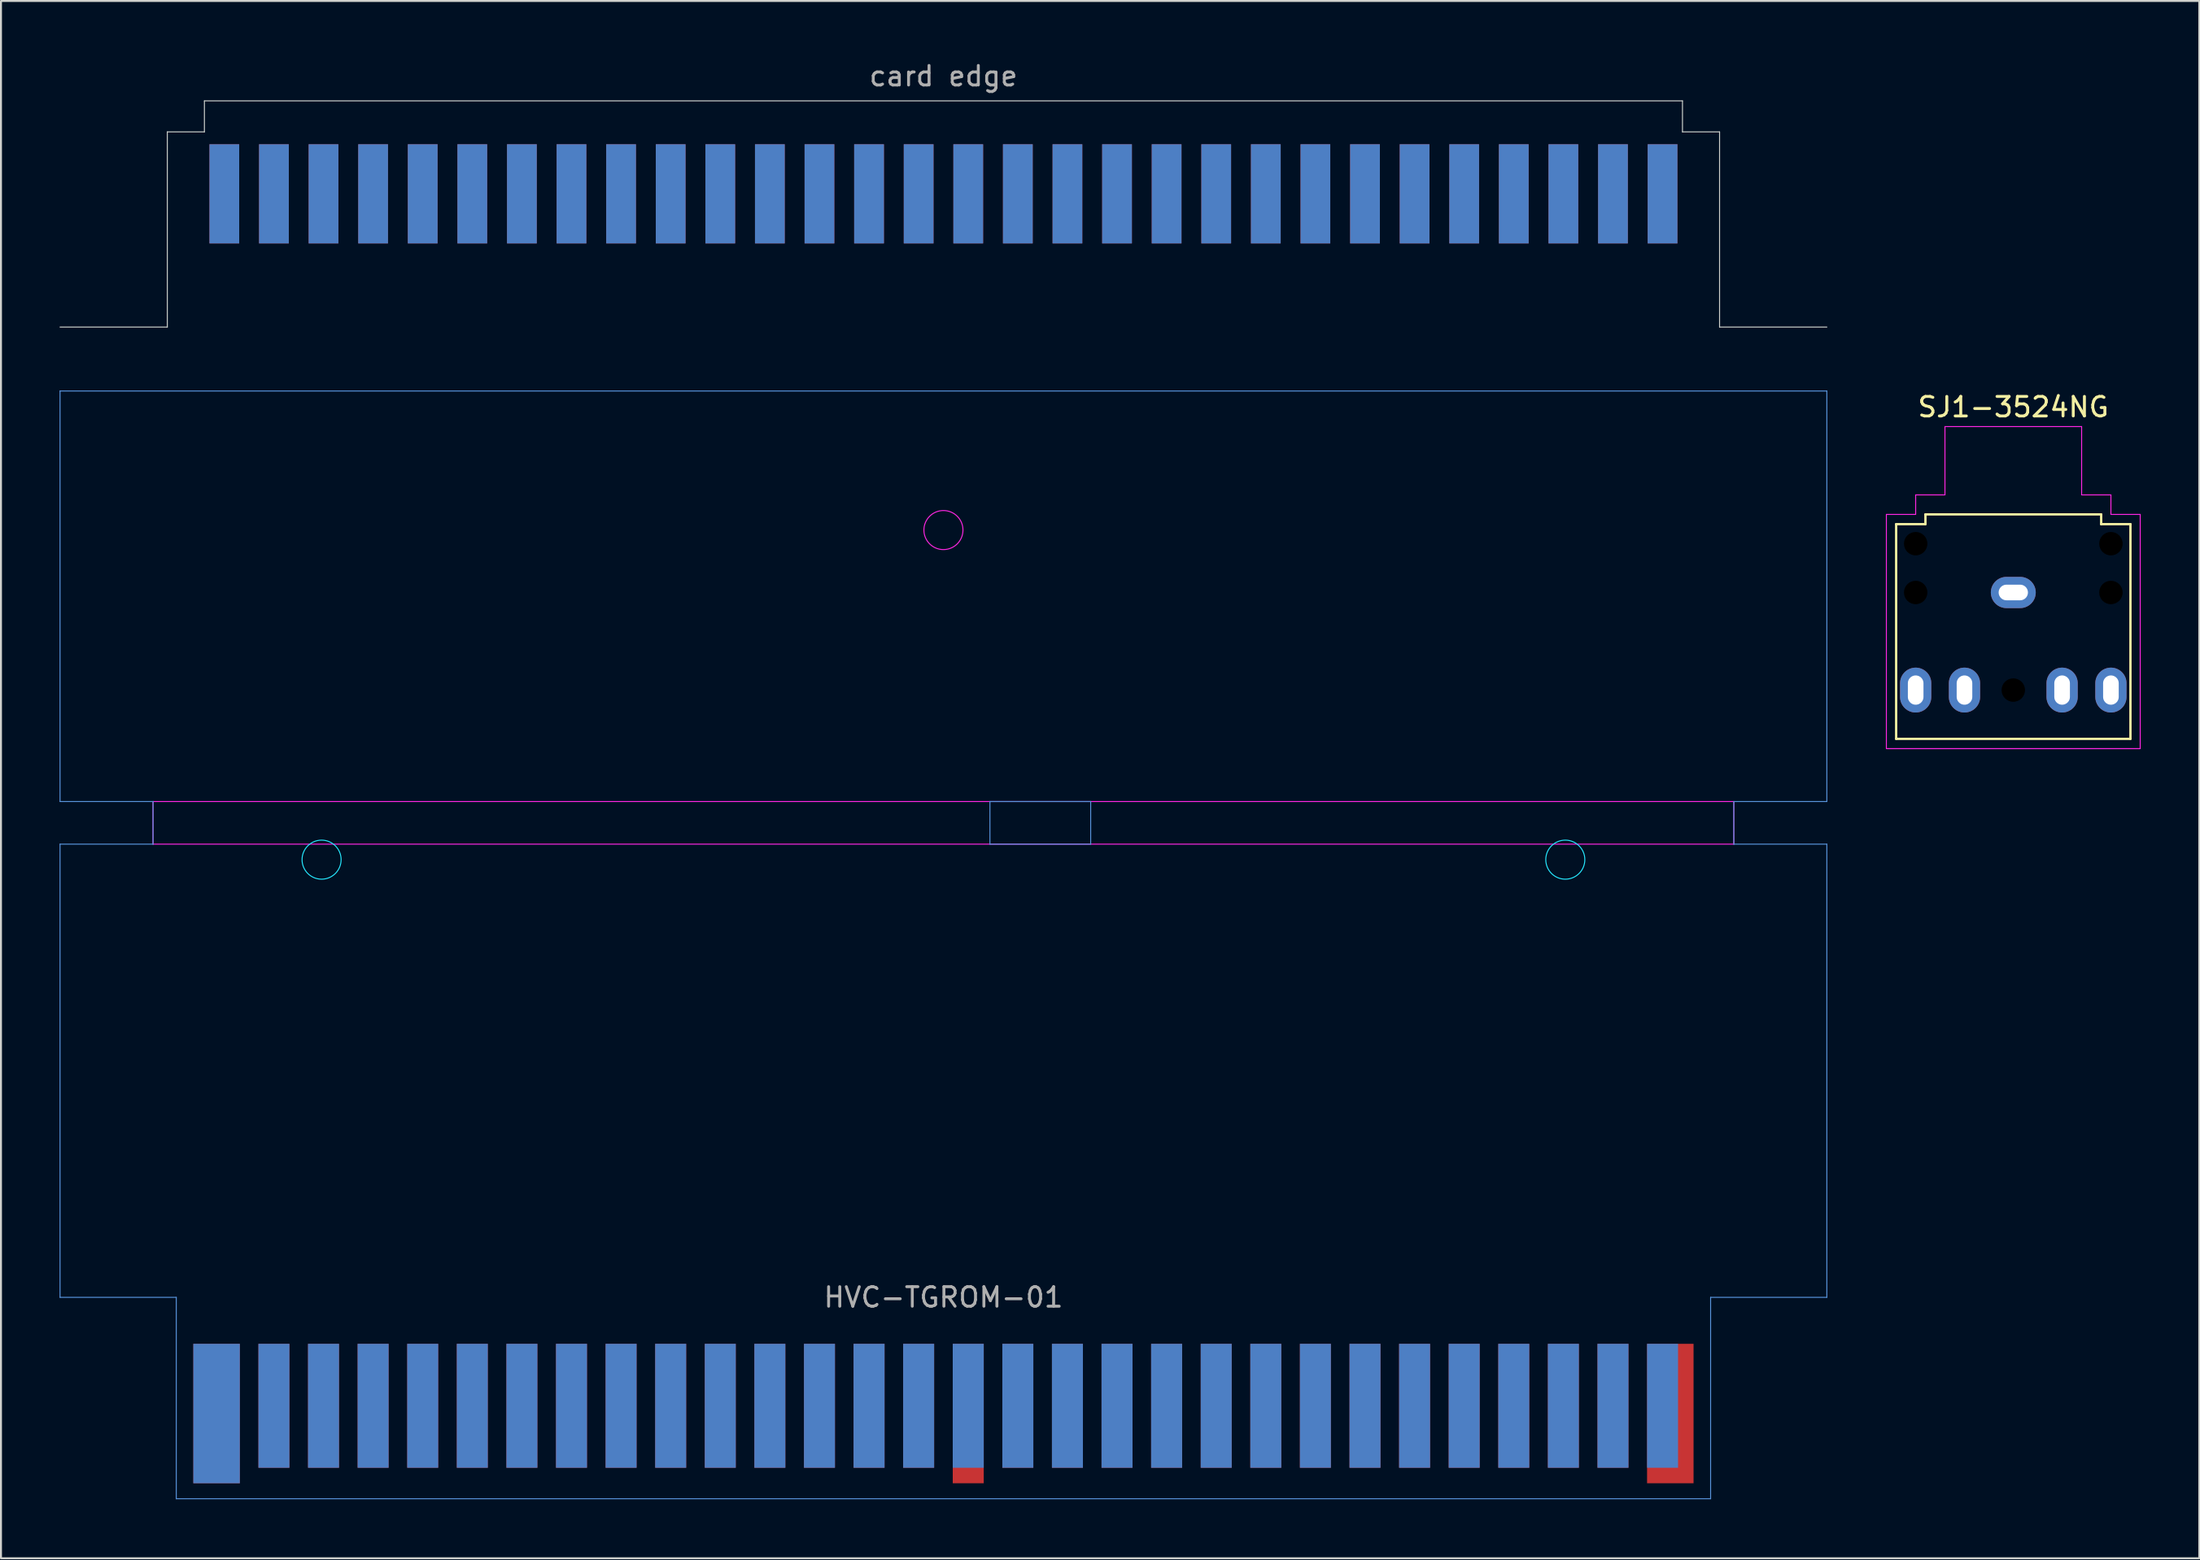
<source format=kicad_pcb>
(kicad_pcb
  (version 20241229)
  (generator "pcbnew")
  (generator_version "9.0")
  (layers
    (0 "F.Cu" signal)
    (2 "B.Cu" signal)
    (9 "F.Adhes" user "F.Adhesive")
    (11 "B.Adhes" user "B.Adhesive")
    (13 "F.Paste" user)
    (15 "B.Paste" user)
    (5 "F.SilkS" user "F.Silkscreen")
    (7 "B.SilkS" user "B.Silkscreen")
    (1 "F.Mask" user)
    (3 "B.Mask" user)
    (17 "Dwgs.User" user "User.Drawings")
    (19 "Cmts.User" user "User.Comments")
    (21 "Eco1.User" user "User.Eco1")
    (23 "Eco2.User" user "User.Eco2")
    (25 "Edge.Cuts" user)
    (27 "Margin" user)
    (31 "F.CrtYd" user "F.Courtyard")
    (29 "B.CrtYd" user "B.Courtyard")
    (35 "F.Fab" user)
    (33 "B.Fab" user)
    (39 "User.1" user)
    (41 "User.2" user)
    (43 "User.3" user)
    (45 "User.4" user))
  (footprint "HVC-TGROM-01"
    (layer "F.Cu")
    (at 45.269 63.415)
    (property "Reference" "HVC-TGROM-01" (at 0 0 0) (layer "F.Fab") (effects (font (size 1 1) (thickness 0.15))))
    (fp_poly (pts (xy 39.291 10.319) (xy -39.291 10.319) (xy -39.291 3.572) (xy 39.291 3.572)) (stroke (width 0.1) (type solid)) (fill yes) (layer "F.Mask"))
    (fp_poly (pts (xy 39.291 10.319) (xy -39.291 10.319) (xy -39.291 3.572) (xy 39.291 3.572)) (stroke (width 0.1) (type solid)) (fill yes) (layer "B.Mask"))
    (fp_line (start -45.244 -25.4) (end -45.244 -46.434) (stroke (width 0.05) (type solid)) (layer "Cmts.User"))
    (fp_line (start -45.244 -25.4) (end -40.481 -25.4) (stroke (width 0.05) (type solid)) (layer "Cmts.User"))
    (fp_line (start -45.244 -23.217) (end -40.481 -23.217) (stroke (width 0.05) (type solid)) (layer "Cmts.User"))
    (fp_line (start -45.244 0) (end -45.244 -23.217) (stroke (width 0.05) (type solid)) (layer "Cmts.User"))
    (fp_line (start -40.481 -23.217) (end -40.481 -25.4) (stroke (width 0.05) (type solid)) (layer "Cmts.User"))
    (fp_line (start -39.291 0) (end -45.244 0) (stroke (width 0.05) (type solid)) (layer "Cmts.User"))
    (fp_line (start -39.291 0) (end -39.291 10.319) (stroke (width 0.05) (type solid)) (layer "Cmts.User"))
    (fp_line (start -39.291 10.319) (end 39.291 10.319) (stroke (width 0.05) (type solid)) (layer "Cmts.User"))
    (fp_line (start 2.381 -23.217) (end 2.381 -25.4) (stroke (width 0.05) (type solid)) (layer "Cmts.User"))
    (fp_line (start 2.381 -23.217) (end 7.541 -23.217) (stroke (width 0.05) (type solid)) (layer "Cmts.User"))
    (fp_line (start 7.541 -25.4) (end 2.381 -25.4) (stroke (width 0.05) (type solid)) (layer "Cmts.User"))
    (fp_line (start 7.541 -23.217) (end 7.541 -25.4) (stroke (width 0.05) (type solid)) (layer "Cmts.User"))
    (fp_line (start 39.291 0) (end 39.291 10.319) (stroke (width 0.05) (type solid)) (layer "Cmts.User"))
    (fp_line (start 40.481 -25.4) (end 45.244 -25.4) (stroke (width 0.05) (type solid)) (layer "Cmts.User"))
    (fp_line (start 40.481 -23.217) (end 40.481 -25.4) (stroke (width 0.05) (type solid)) (layer "Cmts.User"))
    (fp_line (start 40.481 -23.217) (end 45.244 -23.217) (stroke (width 0.05) (type solid)) (layer "Cmts.User"))
    (fp_line (start 45.244 -46.434) (end -45.244 -46.434) (stroke (width 0.05) (type solid)) (layer "Cmts.User"))
    (fp_line (start 45.244 -25.4) (end 45.244 -46.434) (stroke (width 0.05) (type solid)) (layer "Cmts.User"))
    (fp_line (start 45.244 0) (end 39.291 0) (stroke (width 0.05) (type solid)) (layer "Cmts.User"))
    (fp_line (start 45.244 0) (end 45.244 -23.217) (stroke (width 0.05) (type solid)) (layer "Cmts.User"))
    (fp_circle (center -31.849 -22.423) (end -30.849 -22.423) (stroke (width 0.05) (type solid)) (fill no) (layer "B.CrtYd"))
    (fp_circle (center 31.849 -22.423) (end 32.849 -22.423) (stroke (width 0.05) (type solid)) (fill no) (layer "B.CrtYd"))
    (fp_line (start -40.481 -25.4) (end 40.481 -25.4) (stroke (width 0.05) (type solid)) (layer "F.CrtYd"))
    (fp_line (start -40.481 -23.217) (end -40.481 -25.4) (stroke (width 0.05) (type solid)) (layer "F.CrtYd"))
    (fp_line (start 40.481 -25.4) (end 40.481 -23.217) (stroke (width 0.05) (type solid)) (layer "F.CrtYd"))
    (fp_line (start 40.481 -23.217) (end -40.481 -23.217) (stroke (width 0.05) (type solid)) (layer "F.CrtYd"))
    (fp_circle (center 0 -39.309) (end 1 -39.309) (stroke (width 0.05) (type solid)) (fill no) (layer "F.CrtYd"))
    (pad "1" connect rect (at -37.227 5.953) (size 2.381 7.144) (layers "F.Cu"))
    (pad "2" connect rect (at -34.29 5.556) (size 1.587 6.35) (layers "F.Cu"))
    (pad "3" connect rect (at -31.75 5.556) (size 1.587 6.35) (layers "F.Cu"))
    (pad "4" connect rect (at -29.21 5.556) (size 1.587 6.35) (layers "F.Cu"))
    (pad "5" connect rect (at -26.67 5.556) (size 1.587 6.35) (layers "F.Cu"))
    (pad "6" connect rect (at -24.13 5.556) (size 1.587 6.35) (layers "F.Cu"))
    (pad "7" connect rect (at -21.59 5.556) (size 1.587 6.35) (layers "F.Cu"))
    (pad "8" connect rect (at -19.05 5.556) (size 1.587 6.35) (layers "F.Cu"))
    (pad "9" connect rect (at -16.51 5.556) (size 1.587 6.35) (layers "F.Cu"))
    (pad "10" connect rect (at -13.97 5.556) (size 1.587 6.35) (layers "F.Cu"))
    (pad "11" connect rect (at -11.43 5.556) (size 1.587 6.35) (layers "F.Cu"))
    (pad "12" connect rect (at -8.89 5.556) (size 1.587 6.35) (layers "F.Cu"))
    (pad "13" connect rect (at -6.35 5.556) (size 1.587 6.35) (layers "F.Cu"))
    (pad "14" connect rect (at -3.81 5.556) (size 1.587 6.35) (layers "F.Cu"))
    (pad "15" connect rect (at -1.27 5.556) (size 1.587 6.35) (layers "F.Cu"))
    (pad "16" connect rect (at 1.27 5.953) (size 1.587 7.144) (layers "F.Cu"))
    (pad "17" connect rect (at 3.81 5.556) (size 1.587 6.35) (layers "F.Cu"))
    (pad "18" connect rect (at 6.35 5.556) (size 1.587 6.35) (layers "F.Cu"))
    (pad "19" connect rect (at 8.89 5.556) (size 1.587 6.35) (layers "F.Cu"))
    (pad "20" connect rect (at 11.43 5.556) (size 1.587 6.35) (layers "F.Cu"))
    (pad "21" connect rect (at 13.97 5.556) (size 1.587 6.35) (layers "F.Cu"))
    (pad "22" connect rect (at 16.51 5.556) (size 1.587 6.35) (layers "F.Cu"))
    (pad "23" connect rect (at 19.05 5.556) (size 1.587 6.35) (layers "F.Cu"))
    (pad "24" connect rect (at 21.59 5.556) (size 1.587 6.35) (layers "F.Cu"))
    (pad "25" connect rect (at 24.13 5.556) (size 1.587 6.35) (layers "F.Cu"))
    (pad "26" connect rect (at 26.67 5.556) (size 1.587 6.35) (layers "F.Cu"))
    (pad "27" connect rect (at 29.21 5.556) (size 1.587 6.35) (layers "F.Cu"))
    (pad "28" connect rect (at 31.75 5.556) (size 1.587 6.35) (layers "F.Cu"))
    (pad "29" connect rect (at 34.29 5.556) (size 1.587 6.35) (layers "F.Cu"))
    (pad "30" connect rect (at 37.227 5.953) (size 2.381 7.144) (layers "F.Cu"))
    (pad "31" connect rect (at -37.227 5.953) (size 2.381 7.144) (layers "B.Cu"))
    (pad "32" connect rect (at -34.29 5.556 180) (size 1.587 6.35) (layers "B.Cu"))
    (pad "33" connect rect (at -31.75 5.556 180) (size 1.587 6.35) (layers "B.Cu"))
    (pad "34" connect rect (at -29.21 5.556 180) (size 1.587 6.35) (layers "B.Cu"))
    (pad "35" connect rect (at -26.67 5.556 180) (size 1.587 6.35) (layers "B.Cu"))
    (pad "36" connect rect (at -24.13 5.556 180) (size 1.587 6.35) (layers "B.Cu"))
    (pad "37" connect rect (at -21.59 5.556 180) (size 1.587 6.35) (layers "B.Cu"))
    (pad "38" connect rect (at -19.05 5.556 180) (size 1.587 6.35) (layers "B.Cu"))
    (pad "39" connect rect (at -16.51 5.556 180) (size 1.587 6.35) (layers "B.Cu"))
    (pad "40" connect rect (at -13.97 5.556 180) (size 1.587 6.35) (layers "B.Cu"))
    (pad "41" connect rect (at -11.43 5.556 180) (size 1.587 6.35) (layers "B.Cu"))
    (pad "42" connect rect (at -8.89 5.556 180) (size 1.587 6.35) (layers "B.Cu"))
    (pad "43" connect rect (at -6.35 5.556 180) (size 1.587 6.35) (layers "B.Cu"))
    (pad "44" connect rect (at -3.81 5.556 180) (size 1.587 6.35) (layers "B.Cu"))
    (pad "45" connect rect (at -1.27 5.556 180) (size 1.587 6.35) (layers "B.Cu"))
    (pad "46" connect rect (at 1.27 5.556 180) (size 1.587 6.35) (layers "B.Cu"))
    (pad "47" connect rect (at 3.81 5.556 180) (size 1.587 6.35) (layers "B.Cu"))
    (pad "48" connect rect (at 6.35 5.556 180) (size 1.587 6.35) (layers "B.Cu"))
    (pad "49" connect rect (at 8.89 5.556 180) (size 1.587 6.35) (layers "B.Cu"))
    (pad "50" connect rect (at 11.43 5.556 180) (size 1.587 6.35) (layers "B.Cu"))
    (pad "51" connect rect (at 13.97 5.556 180) (size 1.587 6.35) (layers "B.Cu"))
    (pad "52" connect rect (at 16.51 5.556 180) (size 1.587 6.35) (layers "B.Cu"))
    (pad "53" connect rect (at 19.05 5.556 180) (size 1.587 6.35) (layers "B.Cu"))
    (pad "54" connect rect (at 21.59 5.556 180) (size 1.587 6.35) (layers "B.Cu"))
    (pad "55" connect rect (at 24.13 5.556 180) (size 1.587 6.35) (layers "B.Cu"))
    (pad "56" connect rect (at 26.67 5.556 180) (size 1.587 6.35) (layers "B.Cu"))
    (pad "57" connect rect (at 29.21 5.556 180) (size 1.587 6.35) (layers "B.Cu"))
    (pad "58" connect rect (at 31.75 5.556 180) (size 1.587 6.35) (layers "B.Cu"))
    (pad "59" connect rect (at 34.29 5.556 180) (size 1.587 6.35) (layers "B.Cu"))
    (pad "60" connect rect (at 36.83 5.556 180) (size 1.587 6.35) (layers "B.Cu")))
  (footprint "SJ1-3524NG"
    (layer "F.Cu")
    (at 100.062 22.804)
    (property "Reference" "SJ1-3524NG" (at 0 -5 0) (unlocked yes) (layer "F.SilkS") (effects (font (size 1 1) (thickness 0.15))))
    (attr through_hole)
    (fp_line (start -6 1) (end -6 12) (stroke (width 0.12) (type solid)) (layer "F.SilkS"))
    (fp_line (start -6 12) (end 6 12) (stroke (width 0.12) (type solid)) (layer "F.SilkS"))
    (fp_line (start -4.5 0.5) (end -4.5 1) (stroke (width 0.12) (type solid)) (layer "F.SilkS"))
    (fp_line (start -4.5 1) (end -6 1) (stroke (width 0.12) (type solid)) (layer "F.SilkS"))
    (fp_line (start 4.5 0.5) (end -4.5 0.5) (stroke (width 0.12) (type solid)) (layer "F.SilkS"))
    (fp_line (start 4.5 1) (end 4.5 0.5) (stroke (width 0.12) (type solid)) (layer "F.SilkS"))
    (fp_line (start 6 1) (end 4.5 1) (stroke (width 0.12) (type solid)) (layer "F.SilkS"))
    (fp_line (start 6 12) (end 6 1) (stroke (width 0.12) (type solid)) (layer "F.SilkS"))
    (fp_line (start -6.5 0.5) (end -5 0.5) (stroke (width 0.05) (type solid)) (layer "F.CrtYd"))
    (fp_line (start -6.5 12.5) (end -6.5 0.5) (stroke (width 0.05) (type solid)) (layer "F.CrtYd"))
    (fp_line (start -5 -0.5) (end -3.5 -0.5) (stroke (width 0.05) (type solid)) (layer "F.CrtYd"))
    (fp_line (start -5 0.5) (end -5 -0.5) (stroke (width 0.05) (type solid)) (layer "F.CrtYd"))
    (fp_line (start -3.5 -4) (end 3.5 -4) (stroke (width 0.05) (type solid)) (layer "F.CrtYd"))
    (fp_line (start -3.5 -0.5) (end -3.5 -4) (stroke (width 0.05) (type solid)) (layer "F.CrtYd"))
    (fp_line (start 3.5 -4) (end 3.5 -0.5) (stroke (width 0.05) (type solid)) (layer "F.CrtYd"))
    (fp_line (start 3.5 -0.5) (end 5 -0.5) (stroke (width 0.05) (type solid)) (layer "F.CrtYd"))
    (fp_line (start 5 0.5) (end 5 -0.5) (stroke (width 0.05) (type solid)) (layer "F.CrtYd"))
    (fp_line (start 6.5 0.5) (end 5 0.5) (stroke (width 0.05) (type solid)) (layer "F.CrtYd"))
    (fp_line (start 6.5 12.5) (end -6.5 12.5) (stroke (width 0.05) (type solid)) (layer "F.CrtYd"))
    (fp_line (start 6.5 12.5) (end 6.5 0.5) (stroke (width 0.05) (type solid)) (layer "F.CrtYd"))
    (pad "" np_thru_hole circle (at -5 2) (size 1.2 1.2) (drill 1.2) (layers "*.Mask"))
    (pad "" np_thru_hole circle (at -5 4.5) (size 1.2 1.2) (drill 1.2) (layers "*.Mask"))
    (pad "" np_thru_hole circle (at 0 9.5) (size 1.2 1.2) (drill 1.2) (layers "*.Mask"))
    (pad "" np_thru_hole circle (at 5 2) (size 1.2 1.2) (drill 1.2) (layers "*.Mask"))
    (pad "" np_thru_hole circle (at 5 4.5) (size 1.2 1.2) (drill 1.2) (layers "*.Mask"))
    (pad "R" thru_hole oval (at 5 9.5 90) (size 2.3 1.6) (drill oval 1.5 0.8) (layers "*.Cu" "*.Mask"))
    (pad "RN" thru_hole oval (at 2.5 9.5 90) (size 2.3 1.6) (drill oval 1.5 0.8) (layers "*.Cu" "*.Mask"))
    (pad "S" thru_hole oval (at 0 4.5) (size 2.3 1.6) (drill oval 1.5 0.8) (layers "*.Cu" "*.Mask"))
    (pad "T" thru_hole oval (at -5 9.5 90) (size 2.3 1.6) (drill oval 1.5 0.8) (layers "*.Cu" "*.Mask"))
    (pad "TN" thru_hole oval (at -2.5 9.5 270) (size 2.3 1.6) (drill oval 1.5 0.8) (layers "*.Cu" "*.Mask")))
  (footprint "card edge"
    (layer "F.Cu")
    (at 45.269 13.706)
    (property "Reference" "card edge" (at 0 -12.857 180) (layer "F.Fab") (effects (font (size 1 1) (thickness 0.15))))
    (fp_poly (pts (xy -39.75 -5.872) (xy 39.75 -5.872) (xy 39.75 -11.588) (xy -39.75 -11.588)) (stroke (width 0.05) (type solid)) (fill yes) (layer "F.Mask"))
    (fp_poly (pts (xy -39.75 -5.872) (xy 39.75 -5.872) (xy 39.75 -11.588) (xy -39.75 -11.588)) (stroke (width 0.05) (type solid)) (fill yes) (layer "B.Mask"))
    (fp_line (start -39.75 -10) (end -39.75 0) (stroke (width 0.05) (type solid)) (layer "Edge.Cuts"))
    (fp_line (start -39.75 -10) (end -37.85 -10) (stroke (width 0.05) (type solid)) (layer "Edge.Cuts"))
    (fp_line (start -39.75 0) (end -45.244 0) (stroke (width 0.05) (type solid)) (layer "Edge.Cuts"))
    (fp_line (start -37.85 -10) (end -37.85 -11.588) (stroke (width 0.05) (type solid)) (layer "Edge.Cuts"))
    (fp_line (start 37.85 -11.588) (end -37.85 -11.588) (stroke (width 0.05) (type solid)) (layer "Edge.Cuts"))
    (fp_line (start 37.85 -10) (end 37.85 -11.588) (stroke (width 0.05) (type solid)) (layer "Edge.Cuts"))
    (fp_line (start 39.75 -10) (end 37.85 -10) (stroke (width 0.05) (type solid)) (layer "Edge.Cuts"))
    (fp_line (start 39.75 -10) (end 39.75 0) (stroke (width 0.05) (type solid)) (layer "Edge.Cuts"))
    (fp_line (start 45.244 0) (end 39.75 0) (stroke (width 0.05) (type solid)) (layer "Edge.Cuts"))
    (pad "1" connect rect (at -36.83 -6.825) (size 1.524 5.08) (layers "F.Cu"))
    (pad "2" connect rect (at -34.29 -6.825) (size 1.524 5.08) (layers "F.Cu"))
    (pad "3" connect rect (at -31.75 -6.825) (size 1.524 5.08) (layers "F.Cu"))
    (pad "4" connect rect (at -29.21 -6.825) (size 1.524 5.08) (layers "F.Cu"))
    (pad "5" connect rect (at -26.67 -6.825) (size 1.524 5.08) (layers "F.Cu"))
    (pad "6" connect rect (at -24.13 -6.825) (size 1.524 5.08) (layers "F.Cu"))
    (pad "7" connect rect (at -21.59 -6.825) (size 1.524 5.08) (layers "F.Cu"))
    (pad "8" connect rect (at -19.05 -6.825) (size 1.524 5.08) (layers "F.Cu"))
    (pad "9" connect rect (at -16.51 -6.825) (size 1.524 5.08) (layers "F.Cu"))
    (pad "10" connect rect (at -13.97 -6.825) (size 1.524 5.08) (layers "F.Cu"))
    (pad "11" connect rect (at -11.43 -6.825) (size 1.524 5.08) (layers "F.Cu"))
    (pad "12" connect rect (at -8.89 -6.825) (size 1.524 5.08) (layers "F.Cu"))
    (pad "13" connect rect (at -6.35 -6.825) (size 1.524 5.08) (layers "F.Cu"))
    (pad "14" connect rect (at -3.81 -6.825) (size 1.524 5.08) (layers "F.Cu"))
    (pad "15" connect rect (at -1.27 -6.825) (size 1.524 5.08) (layers "F.Cu"))
    (pad "16" connect rect (at 1.27 -6.825) (size 1.524 5.08) (layers "F.Cu"))
    (pad "17" connect rect (at 3.81 -6.825) (size 1.524 5.08) (layers "F.Cu"))
    (pad "18" connect rect (at 6.35 -6.825) (size 1.524 5.08) (layers "F.Cu"))
    (pad "19" connect rect (at 8.89 -6.825) (size 1.524 5.08) (layers "F.Cu"))
    (pad "20" connect rect (at 11.43 -6.825) (size 1.524 5.08) (layers "F.Cu"))
    (pad "21" connect rect (at 13.97 -6.825) (size 1.524 5.08) (layers "F.Cu"))
    (pad "22" connect rect (at 16.51 -6.825) (size 1.524 5.08) (layers "F.Cu"))
    (pad "23" connect rect (at 19.05 -6.825) (size 1.524 5.08) (layers "F.Cu"))
    (pad "24" connect rect (at 21.59 -6.825) (size 1.524 5.08) (layers "F.Cu"))
    (pad "25" connect rect (at 24.13 -6.825) (size 1.524 5.08) (layers "F.Cu"))
    (pad "26" connect rect (at 26.67 -6.825) (size 1.524 5.08) (layers "F.Cu"))
    (pad "27" connect rect (at 29.21 -6.825) (size 1.524 5.08) (layers "F.Cu"))
    (pad "28" connect rect (at 31.75 -6.825) (size 1.524 5.08) (layers "F.Cu"))
    (pad "29" connect rect (at 34.29 -6.825) (size 1.524 5.08) (layers "F.Cu"))
    (pad "30" connect rect (at 36.83 -6.825) (size 1.524 5.08) (layers "F.Cu"))
    (pad "31" connect rect (at -36.83 -6.825) (size 1.524 5.08) (layers "B.Cu"))
    (pad "32" connect rect (at -34.29 -6.825) (size 1.524 5.08) (layers "B.Cu"))
    (pad "33" connect rect (at -31.75 -6.825) (size 1.524 5.08) (layers "B.Cu"))
    (pad "34" connect rect (at -29.21 -6.825) (size 1.524 5.08) (layers "B.Cu"))
    (pad "35" connect rect (at -26.67 -6.825) (size 1.524 5.08) (layers "B.Cu"))
    (pad "36" connect rect (at -24.13 -6.825) (size 1.524 5.08) (layers "B.Cu"))
    (pad "37" connect rect (at -21.59 -6.825) (size 1.524 5.08) (layers "B.Cu"))
    (pad "38" connect rect (at -19.05 -6.825) (size 1.524 5.08) (layers "B.Cu"))
    (pad "39" connect rect (at -16.51 -6.825) (size 1.524 5.08) (layers "B.Cu"))
    (pad "40" connect rect (at -13.97 -6.825) (size 1.524 5.08) (layers "B.Cu"))
    (pad "41" connect rect (at -11.43 -6.825) (size 1.524 5.08) (layers "B.Cu"))
    (pad "42" connect rect (at -8.89 -6.825) (size 1.524 5.08) (layers "B.Cu"))
    (pad "43" connect rect (at -6.35 -6.825) (size 1.524 5.08) (layers "B.Cu"))
    (pad "44" connect rect (at -3.81 -6.825) (size 1.524 5.08) (layers "B.Cu"))
    (pad "45" connect rect (at -1.27 -6.825) (size 1.524 5.08) (layers "B.Cu"))
    (pad "46" connect rect (at 1.27 -6.825) (size 1.524 5.08) (layers "B.Cu"))
    (pad "47" connect rect (at 3.81 -6.825) (size 1.524 5.08) (layers "B.Cu"))
    (pad "48" connect rect (at 6.35 -6.825) (size 1.524 5.08) (layers "B.Cu"))
    (pad "49" connect rect (at 8.89 -6.825) (size 1.524 5.08) (layers "B.Cu"))
    (pad "50" connect rect (at 11.43 -6.825) (size 1.524 5.08) (layers "B.Cu"))
    (pad "51" connect rect (at 13.97 -6.825) (size 1.524 5.08) (layers "B.Cu"))
    (pad "52" connect rect (at 16.51 -6.825) (size 1.524 5.08) (layers "B.Cu"))
    (pad "53" connect rect (at 19.05 -6.825) (size 1.524 5.08) (layers "B.Cu"))
    (pad "54" connect rect (at 21.59 -6.825) (size 1.524 5.08) (layers "B.Cu"))
    (pad "55" connect rect (at 24.13 -6.825) (size 1.524 5.08) (layers "B.Cu"))
    (pad "56" connect rect (at 26.67 -6.825) (size 1.524 5.08) (layers "B.Cu"))
    (pad "57" connect rect (at 29.21 -6.825) (size 1.524 5.08) (layers "B.Cu"))
    (pad "58" connect rect (at 31.75 -6.825) (size 1.524 5.08) (layers "B.Cu"))
    (pad "59" connect rect (at 34.29 -6.825) (size 1.524 5.08) (layers "B.Cu"))
    (pad "60" connect rect (at 36.83 -6.825) (size 1.524 5.08) (layers "B.Cu")))
  (gr_rect
    (start -3 -3)
    (end 109.588 76.784)
    (stroke (width 0.1) (type default))
    (fill no)
    (layer "Edge.Cuts")))
</source>
